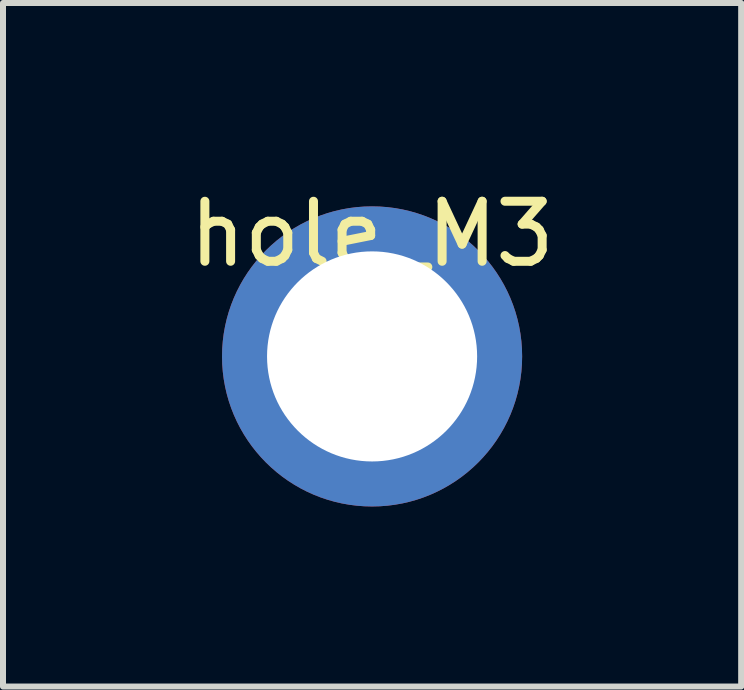
<source format=kicad_pcb>
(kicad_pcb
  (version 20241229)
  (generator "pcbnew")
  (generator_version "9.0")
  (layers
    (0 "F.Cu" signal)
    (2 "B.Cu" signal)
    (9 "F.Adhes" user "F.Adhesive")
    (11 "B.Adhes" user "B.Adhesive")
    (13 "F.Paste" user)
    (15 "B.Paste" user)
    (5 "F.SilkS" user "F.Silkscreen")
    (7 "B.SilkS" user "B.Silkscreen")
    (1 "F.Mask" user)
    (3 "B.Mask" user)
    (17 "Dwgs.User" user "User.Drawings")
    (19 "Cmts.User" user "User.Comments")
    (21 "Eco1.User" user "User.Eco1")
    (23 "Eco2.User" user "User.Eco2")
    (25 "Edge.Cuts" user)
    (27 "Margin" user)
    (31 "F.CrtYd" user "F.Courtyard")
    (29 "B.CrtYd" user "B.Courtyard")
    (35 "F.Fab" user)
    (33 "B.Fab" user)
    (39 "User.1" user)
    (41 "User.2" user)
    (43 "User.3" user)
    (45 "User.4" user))
  (footprint "hole_M3"
    (layer "F.Cu")
    (at 3.149 0.348)
    (property "Reference" "hole_M3" (at 0 0.5 0) (layer "F.SilkS") (effects (font (size 1 1) (thickness 0.15))))
    (attr through_hole)
    (pad "1" thru_hole circle (at 0 2.54) (size 5 5) (drill 3.5) (layers "*.Cu" "*.Mask")))
  (gr_rect
    (start -3 -3)
    (end 9.298 8.388)
    (stroke (width 0.1) (type default))
    (fill no)
    (layer "Edge.Cuts")))
</source>
